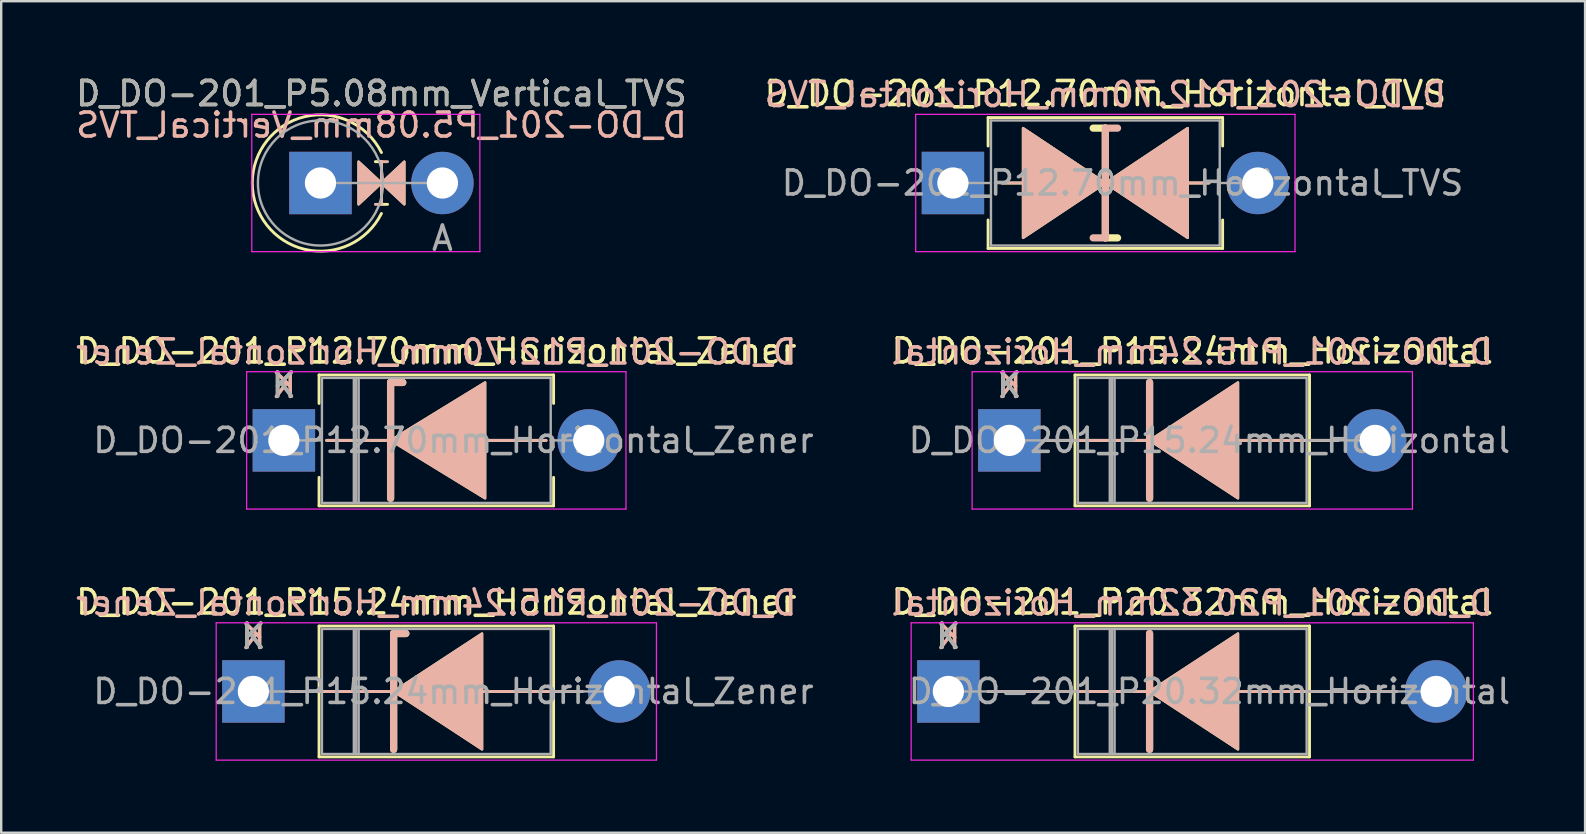
<source format=kicad_pcb>
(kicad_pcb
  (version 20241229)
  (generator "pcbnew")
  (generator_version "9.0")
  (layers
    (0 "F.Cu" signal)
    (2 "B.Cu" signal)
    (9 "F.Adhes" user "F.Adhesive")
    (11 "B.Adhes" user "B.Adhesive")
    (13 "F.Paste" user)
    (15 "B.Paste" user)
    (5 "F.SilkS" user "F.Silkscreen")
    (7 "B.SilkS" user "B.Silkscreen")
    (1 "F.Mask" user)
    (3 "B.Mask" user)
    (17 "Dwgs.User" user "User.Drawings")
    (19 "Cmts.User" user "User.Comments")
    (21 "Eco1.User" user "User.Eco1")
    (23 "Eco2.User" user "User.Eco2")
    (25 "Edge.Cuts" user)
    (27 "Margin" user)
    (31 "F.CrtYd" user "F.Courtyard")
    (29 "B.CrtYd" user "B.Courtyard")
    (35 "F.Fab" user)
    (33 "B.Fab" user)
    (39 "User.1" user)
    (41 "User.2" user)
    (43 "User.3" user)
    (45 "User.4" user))
  (footprint "D_DO-201_P12.70mm_Horizontal_TVS"
    (layer "F.Cu")
    (at 36.644 4.573)
    (property "Reference" "D_DO-201_P12.70mm_Horizontal_TVS" (at 6.35 -3.725 0) (layer "F.SilkS") (effects (font (size 1 1) (thickness 0.15))))
    (fp_line (start 1.465 -2.725) (end 11.235 -2.725) (stroke (width 0.12) (type solid)) (layer "F.SilkS"))
    (fp_line (start 1.465 -1.54) (end 1.465 -2.725) (stroke (width 0.12) (type solid)) (layer "F.SilkS"))
    (fp_line (start 1.465 1.54) (end 1.465 2.725) (stroke (width 0.12) (type solid)) (layer "F.SilkS"))
    (fp_line (start 1.465 2.725) (end 11.235 2.725) (stroke (width 0.12) (type solid)) (layer "F.SilkS"))
    (fp_line (start 2.032 0) (end 2.921 0) (stroke (width 0.12) (type solid)) (layer "F.SilkS"))
    (fp_line (start 6.35 -2.286) (end 5.842 -2.286) (stroke (width 0.3) (type solid)) (layer "F.SilkS"))
    (fp_line (start 6.35 2.286) (end 6.35 -2.286) (stroke (width 0.3) (type solid)) (layer "F.SilkS"))
    (fp_line (start 6.858 2.286) (end 6.35 2.286) (stroke (width 0.3) (type solid)) (layer "F.SilkS"))
    (fp_line (start 9.779 0) (end 10.668 0) (stroke (width 0.12) (type solid)) (layer "F.SilkS"))
    (fp_line (start 11.235 -2.725) (end 11.235 -1.54) (stroke (width 0.12) (type solid)) (layer "F.SilkS"))
    (fp_line (start 11.235 2.725) (end 11.235 1.54) (stroke (width 0.12) (type solid)) (layer "F.SilkS"))
    (fp_poly (pts (xy 6.35 0) (xy 2.921 2.286) (xy 2.921 -2.286)) (stroke (width 0.1) (type solid)) (fill yes) (layer "F.SilkS"))
    (fp_poly (pts (xy 6.35 0) (xy 9.779 -2.286) (xy 9.779 2.286)) (stroke (width 0.1) (type solid)) (fill yes) (layer "F.SilkS"))
    (fp_line (start 2.032 0) (end 2.921 0) (stroke (width 0.12) (type solid)) (layer "B.SilkS"))
    (fp_line (start 6.35 -2.286) (end 6.35 2.286) (stroke (width 0.3) (type solid)) (layer "B.SilkS"))
    (fp_line (start 6.35 2.286) (end 5.842 2.286) (stroke (width 0.3) (type solid)) (layer "B.SilkS"))
    (fp_line (start 6.858 -2.286) (end 6.35 -2.286) (stroke (width 0.3) (type solid)) (layer "B.SilkS"))
    (fp_line (start 9.779 0) (end 10.668 0) (stroke (width 0.12) (type solid)) (layer "B.SilkS"))
    (fp_poly (pts (xy 6.35 0) (xy 2.921 -2.286) (xy 2.921 2.286)) (stroke (width 0.1) (type solid)) (fill yes) (layer "B.SilkS"))
    (fp_poly (pts (xy 6.35 0) (xy 9.779 2.286) (xy 9.779 -2.286)) (stroke (width 0.1) (type solid)) (fill yes) (layer "B.SilkS"))
    (fp_line (start -1.55 -2.86) (end -1.55 2.86) (stroke (width 0.05) (type solid)) (layer "F.CrtYd"))
    (fp_line (start -1.55 2.86) (end 14.25 2.86) (stroke (width 0.05) (type solid)) (layer "F.CrtYd"))
    (fp_line (start 14.25 -2.86) (end -1.55 -2.86) (stroke (width 0.05) (type solid)) (layer "F.CrtYd"))
    (fp_line (start 14.25 2.86) (end 14.25 -2.86) (stroke (width 0.05) (type solid)) (layer "F.CrtYd"))
    (fp_line (start 0 0) (end 1.585 0) (stroke (width 0.1) (type solid)) (layer "F.Fab"))
    (fp_line (start 1.585 -2.605) (end 1.585 2.605) (stroke (width 0.1) (type solid)) (layer "F.Fab"))
    (fp_line (start 1.585 2.605) (end 11.115 2.605) (stroke (width 0.1) (type solid)) (layer "F.Fab"))
    (fp_line (start 11.115 -2.605) (end 1.585 -2.605) (stroke (width 0.1) (type solid)) (layer "F.Fab"))
    (fp_line (start 11.115 2.605) (end 11.115 -2.605) (stroke (width 0.1) (type solid)) (layer "F.Fab"))
    (fp_line (start 12.7 0) (end 11.115 0) (stroke (width 0.1) (type solid)) (layer "F.Fab"))
    (fp_text user "${REFERENCE}" (at 6.35 -3.683 0) (layer "B.SilkS") (effects (font (size 1 1) (thickness 0.15)) (justify mirror)))
    (fp_text user "${REFERENCE}" (at 7.065 0 0) (layer "F.Fab") (effects (font (size 1 1) (thickness 0.15))))
    (pad "1" thru_hole rect (at 0 0) (size 2.6 2.6) (drill 1.3) (layers "*.Cu" "*.Mask"))
    (pad "2" thru_hole oval (at 12.7 0) (size 2.6 2.6) (drill 1.3) (layers "*.Cu" "*.Mask")))
  (footprint "D_DO-201_P12.70mm_Horizontal_Zener"
    (layer "F.Cu")
    (at 8.775 15.295)
    (property "Reference" "D_DO-201_P12.70mm_Horizontal_Zener" (at 6.35 -3.725 0) (layer "F.SilkS") (effects (font (size 1 1) (thickness 0.15))))
    (fp_line (start 1.465 -2.725) (end 11.235 -2.725) (stroke (width 0.12) (type solid)) (layer "F.SilkS"))
    (fp_line (start 1.465 -1.54) (end 1.465 -2.725) (stroke (width 0.12) (type solid)) (layer "F.SilkS"))
    (fp_line (start 1.465 1.54) (end 1.465 2.725) (stroke (width 0.12) (type solid)) (layer "F.SilkS"))
    (fp_line (start 1.465 2.725) (end 11.235 2.725) (stroke (width 0.12) (type solid)) (layer "F.SilkS"))
    (fp_line (start 4.445 -2.413) (end 4.445 2.413) (stroke (width 0.3) (type solid)) (layer "F.SilkS"))
    (fp_line (start 4.445 -2.413) (end 4.953 -2.413) (stroke (width 0.3) (type solid)) (layer "F.SilkS"))
    (fp_line (start 4.572 0) (end 1.778 0) (stroke (width 0.12) (type solid)) (layer "F.SilkS"))
    (fp_line (start 8.255 0) (end 10.922 0) (stroke (width 0.12) (type solid)) (layer "F.SilkS"))
    (fp_line (start 11.235 -2.725) (end 11.235 -1.54) (stroke (width 0.12) (type solid)) (layer "F.SilkS"))
    (fp_line (start 11.235 2.725) (end 11.235 1.54) (stroke (width 0.12) (type solid)) (layer "F.SilkS"))
    (fp_poly (pts (xy 8.382 2.413) (xy 4.445 0) (xy 8.382 -2.413)) (stroke (width 0.1) (type solid)) (fill yes) (layer "F.SilkS"))
    (fp_line (start 4.445 -2.413) (end 4.953 -2.413) (stroke (width 0.3) (type solid)) (layer "B.SilkS"))
    (fp_line (start 4.445 2.413) (end 4.445 -2.413) (stroke (width 0.3) (type solid)) (layer "B.SilkS"))
    (fp_line (start 4.572 0) (end 1.778 0) (stroke (width 0.12) (type solid)) (layer "B.SilkS"))
    (fp_line (start 8.255 0) (end 10.922 0) (stroke (width 0.12) (type solid)) (layer "B.SilkS"))
    (fp_poly (pts (xy 8.382 -2.413) (xy 4.445 0) (xy 8.382 2.413)) (stroke (width 0.1) (type solid)) (fill yes) (layer "B.SilkS"))
    (fp_line (start -1.55 -2.86) (end -1.55 2.86) (stroke (width 0.05) (type solid)) (layer "F.CrtYd"))
    (fp_line (start -1.55 2.86) (end 14.25 2.86) (stroke (width 0.05) (type solid)) (layer "F.CrtYd"))
    (fp_line (start 14.25 -2.86) (end -1.55 -2.86) (stroke (width 0.05) (type solid)) (layer "F.CrtYd"))
    (fp_line (start 14.25 2.86) (end 14.25 -2.86) (stroke (width 0.05) (type solid)) (layer "F.CrtYd"))
    (fp_line (start 0 0) (end 1.585 0) (stroke (width 0.1) (type solid)) (layer "F.Fab"))
    (fp_line (start 1.585 -2.605) (end 1.585 2.605) (stroke (width 0.1) (type solid)) (layer "F.Fab"))
    (fp_line (start 1.585 2.605) (end 11.115 2.605) (stroke (width 0.1) (type solid)) (layer "F.Fab"))
    (fp_line (start 2.914 -2.605) (end 2.914 2.605) (stroke (width 0.1) (type solid)) (layer "F.Fab"))
    (fp_line (start 3.014 -2.605) (end 3.014 2.605) (stroke (width 0.1) (type solid)) (layer "F.Fab"))
    (fp_line (start 3.115 -2.605) (end 3.115 2.605) (stroke (width 0.1) (type solid)) (layer "F.Fab"))
    (fp_line (start 11.115 -2.605) (end 1.585 -2.605) (stroke (width 0.1) (type solid)) (layer "F.Fab"))
    (fp_line (start 11.115 2.605) (end 11.115 -2.605) (stroke (width 0.1) (type solid)) (layer "F.Fab"))
    (fp_line (start 12.7 0) (end 11.115 0) (stroke (width 0.1) (type solid)) (layer "F.Fab"))
    (fp_text user "K" (at 0 -2.3 0) (layer "F.SilkS") (effects (font (size 1 1) (thickness 0.15))))
    (fp_text user "${REFERENCE}" (at 6.35 -3.683 0) (layer "B.SilkS") (effects (font (size 1 1) (thickness 0.15)) (justify mirror)))
    (fp_text user "K" (at 0 -2.286 0) (layer "B.SilkS") (effects (font (size 1 1) (thickness 0.15)) (justify mirror)))
    (fp_text user "${REFERENCE}" (at 7.065 0 0) (layer "F.Fab") (effects (font (size 1 1) (thickness 0.15))))
    (fp_text user "K" (at 0 -2.3 0) (layer "F.Fab") (effects (font (size 1 1) (thickness 0.15))))
    (pad "1" thru_hole rect (at 0 0) (size 2.6 2.6) (drill 1.3) (layers "*.Cu" "*.Mask"))
    (pad "2" thru_hole oval (at 12.7 0) (size 2.6 2.6) (drill 1.3) (layers "*.Cu" "*.Mask")))
  (footprint "D_DO-201_P15.24mm_Horizontal"
    (layer "F.Cu")
    (at 38.994 15.295)
    (property "Reference" "D_DO-201_P15.24mm_Horizontal" (at 7.62 -3.725 0) (layer "F.SilkS") (effects (font (size 1 1) (thickness 0.15))))
    (fp_line (start 1.54 0) (end 2.735 0) (stroke (width 0.12) (type solid)) (layer "F.SilkS"))
    (fp_line (start 2.735 -2.725) (end 2.735 2.725) (stroke (width 0.12) (type solid)) (layer "F.SilkS"))
    (fp_line (start 2.735 2.725) (end 12.505 2.725) (stroke (width 0.12) (type solid)) (layer "F.SilkS"))
    (fp_line (start 5.842 -2.413) (end 5.842 2.413) (stroke (width 0.3) (type solid)) (layer "F.SilkS"))
    (fp_line (start 5.842 0) (end 2.735 0) (stroke (width 0.12) (type solid)) (layer "F.SilkS"))
    (fp_line (start 9.525 0) (end 12.505 0) (stroke (width 0.12) (type solid)) (layer "F.SilkS"))
    (fp_line (start 12.505 -2.725) (end 2.735 -2.725) (stroke (width 0.12) (type solid)) (layer "F.SilkS"))
    (fp_line (start 12.505 2.725) (end 12.505 -2.725) (stroke (width 0.12) (type solid)) (layer "F.SilkS"))
    (fp_line (start 13.7 0) (end 12.505 0) (stroke (width 0.12) (type solid)) (layer "F.SilkS"))
    (fp_poly (pts (xy 9.525 2.413) (xy 5.842 0) (xy 9.525 -2.413)) (stroke (width 0.1) (type solid)) (fill yes) (layer "F.SilkS"))
    (fp_line (start 1.54 0) (end 2.735 0) (stroke (width 0.12) (type solid)) (layer "B.SilkS"))
    (fp_line (start 5.842 0) (end 2.735 0) (stroke (width 0.12) (type solid)) (layer "B.SilkS"))
    (fp_line (start 5.842 2.413) (end 5.842 -2.413) (stroke (width 0.3) (type solid)) (layer "B.SilkS"))
    (fp_line (start 9.525 0) (end 12.505 0) (stroke (width 0.12) (type solid)) (layer "B.SilkS"))
    (fp_line (start 13.7 0) (end 12.505 0) (stroke (width 0.12) (type solid)) (layer "B.SilkS"))
    (fp_poly (pts (xy 9.525 -2.413) (xy 5.842 0) (xy 9.525 2.413)) (stroke (width 0.1) (type solid)) (fill yes) (layer "B.SilkS"))
    (fp_line (start -1.55 -2.86) (end -1.55 2.86) (stroke (width 0.05) (type solid)) (layer "F.CrtYd"))
    (fp_line (start -1.55 2.86) (end 16.79 2.86) (stroke (width 0.05) (type solid)) (layer "F.CrtYd"))
    (fp_line (start 16.79 -2.86) (end -1.55 -2.86) (stroke (width 0.05) (type solid)) (layer "F.CrtYd"))
    (fp_line (start 16.79 2.86) (end 16.79 -2.86) (stroke (width 0.05) (type solid)) (layer "F.CrtYd"))
    (fp_line (start 0 0) (end 2.855 0) (stroke (width 0.1) (type solid)) (layer "F.Fab"))
    (fp_line (start 2.855 -2.605) (end 2.855 2.605) (stroke (width 0.1) (type solid)) (layer "F.Fab"))
    (fp_line (start 2.855 2.605) (end 12.385 2.605) (stroke (width 0.1) (type solid)) (layer "F.Fab"))
    (fp_line (start 4.184 -2.605) (end 4.184 2.605) (stroke (width 0.1) (type solid)) (layer "F.Fab"))
    (fp_line (start 4.285 -2.605) (end 4.285 2.605) (stroke (width 0.1) (type solid)) (layer "F.Fab"))
    (fp_line (start 4.385 -2.605) (end 4.385 2.605) (stroke (width 0.1) (type solid)) (layer "F.Fab"))
    (fp_line (start 12.385 -2.605) (end 2.855 -2.605) (stroke (width 0.1) (type solid)) (layer "F.Fab"))
    (fp_line (start 12.385 2.605) (end 12.385 -2.605) (stroke (width 0.1) (type solid)) (layer "F.Fab"))
    (fp_line (start 15.24 0) (end 12.385 0) (stroke (width 0.1) (type solid)) (layer "F.Fab"))
    (fp_text user "K" (at 0 -2.3 0) (layer "F.SilkS") (effects (font (size 1 1) (thickness 0.15))))
    (fp_text user "K" (at 0 -2.286 0) (layer "B.SilkS") (effects (font (size 1 1) (thickness 0.15)) (justify mirror)))
    (fp_text user "${REFERENCE}" (at 7.62 -3.683 0) (layer "B.SilkS") (effects (font (size 1 1) (thickness 0.15)) (justify mirror)))
    (fp_text user "${REFERENCE}" (at 8.335 0 0) (layer "F.Fab") (effects (font (size 1 1) (thickness 0.15))))
    (fp_text user "K" (at 0 -2.3 0) (layer "F.Fab") (effects (font (size 1 1) (thickness 0.15))))
    (pad "1" thru_hole rect (at 0 0) (size 2.6 2.6) (drill 1.3) (layers "*.Cu" "*.Mask"))
    (pad "2" thru_hole oval (at 15.24 0) (size 2.6 2.6) (drill 1.3) (layers "*.Cu" "*.Mask")))
  (footprint "D_DO-201_P20.32mm_Horizontal"
    (layer "F.Cu")
    (at 36.454 25.753)
    (property "Reference" "D_DO-201_P20.32mm_Horizontal" (at 10.16 -3.725 0) (layer "F.SilkS") (effects (font (size 1 1) (thickness 0.15))))
    (fp_line (start 1.651 0) (end 5.275 0) (stroke (width 0.12) (type solid)) (layer "F.SilkS"))
    (fp_line (start 5.275 -2.725) (end 5.275 2.725) (stroke (width 0.12) (type solid)) (layer "F.SilkS"))
    (fp_line (start 5.275 2.725) (end 15.045 2.725) (stroke (width 0.12) (type solid)) (layer "F.SilkS"))
    (fp_line (start 8.382 -2.413) (end 8.382 2.413) (stroke (width 0.3) (type solid)) (layer "F.SilkS"))
    (fp_line (start 8.382 0) (end 5.275 0) (stroke (width 0.12) (type solid)) (layer "F.SilkS"))
    (fp_line (start 12.065 0) (end 15.045 0) (stroke (width 0.12) (type solid)) (layer "F.SilkS"))
    (fp_line (start 15.045 -2.725) (end 5.275 -2.725) (stroke (width 0.12) (type solid)) (layer "F.SilkS"))
    (fp_line (start 15.045 2.725) (end 15.045 -2.725) (stroke (width 0.12) (type solid)) (layer "F.SilkS"))
    (fp_line (start 18.669 0) (end 15.045 0) (stroke (width 0.12) (type solid)) (layer "F.SilkS"))
    (fp_poly (pts (xy 12.065 2.413) (xy 8.382 0) (xy 12.065 -2.413)) (stroke (width 0.1) (type solid)) (fill yes) (layer "F.SilkS"))
    (fp_line (start 1.651 0) (end 5.275 0) (stroke (width 0.12) (type solid)) (layer "B.SilkS"))
    (fp_line (start 8.382 0) (end 5.275 0) (stroke (width 0.12) (type solid)) (layer "B.SilkS"))
    (fp_line (start 8.382 2.413) (end 8.382 -2.413) (stroke (width 0.3) (type solid)) (layer "B.SilkS"))
    (fp_line (start 12.065 0) (end 15.045 0) (stroke (width 0.12) (type solid)) (layer "B.SilkS"))
    (fp_line (start 18.669 0) (end 15.045 0) (stroke (width 0.12) (type solid)) (layer "B.SilkS"))
    (fp_poly (pts (xy 12.065 -2.413) (xy 8.382 0) (xy 12.065 2.413)) (stroke (width 0.1) (type solid)) (fill yes) (layer "B.SilkS"))
    (fp_line (start -1.55 -2.86) (end -1.55 2.86) (stroke (width 0.05) (type solid)) (layer "F.CrtYd"))
    (fp_line (start -1.55 2.86) (end 21.87 2.86) (stroke (width 0.05) (type solid)) (layer "F.CrtYd"))
    (fp_line (start 21.87 -2.86) (end -1.55 -2.86) (stroke (width 0.05) (type solid)) (layer "F.CrtYd"))
    (fp_line (start 21.87 2.86) (end 21.87 -2.86) (stroke (width 0.05) (type solid)) (layer "F.CrtYd"))
    (fp_line (start 0 0) (end 5.395 0) (stroke (width 0.1) (type solid)) (layer "F.Fab"))
    (fp_line (start 5.395 -2.605) (end 5.395 2.605) (stroke (width 0.1) (type solid)) (layer "F.Fab"))
    (fp_line (start 5.395 2.605) (end 14.925 2.605) (stroke (width 0.1) (type solid)) (layer "F.Fab"))
    (fp_line (start 6.724 -2.605) (end 6.724 2.605) (stroke (width 0.1) (type solid)) (layer "F.Fab"))
    (fp_line (start 6.824 -2.605) (end 6.824 2.605) (stroke (width 0.1) (type solid)) (layer "F.Fab"))
    (fp_line (start 6.925 -2.605) (end 6.925 2.605) (stroke (width 0.1) (type solid)) (layer "F.Fab"))
    (fp_line (start 14.925 -2.605) (end 5.395 -2.605) (stroke (width 0.1) (type solid)) (layer "F.Fab"))
    (fp_line (start 14.925 2.605) (end 14.925 -2.605) (stroke (width 0.1) (type solid)) (layer "F.Fab"))
    (fp_line (start 20.32 0) (end 14.925 0) (stroke (width 0.1) (type solid)) (layer "F.Fab"))
    (fp_text user "K" (at 0 -2.3 0) (layer "F.SilkS") (effects (font (size 1 1) (thickness 0.15))))
    (fp_text user "K" (at 0 -2.286 0) (layer "B.SilkS") (effects (font (size 1 1) (thickness 0.15)) (justify mirror)))
    (fp_text user "${REFERENCE}" (at 10.16 -3.683 0) (layer "B.SilkS") (effects (font (size 1 1) (thickness 0.15)) (justify mirror)))
    (fp_text user "${REFERENCE}" (at 10.875 0 0) (layer "F.Fab") (effects (font (size 1 1) (thickness 0.15))))
    (fp_text user "K" (at 0 -2.3 0) (layer "F.Fab") (effects (font (size 1 1) (thickness 0.15))))
    (pad "1" thru_hole rect (at 0 0) (size 2.6 2.6) (drill 1.3) (layers "*.Cu" "*.Mask"))
    (pad "2" thru_hole oval (at 20.32 0) (size 2.6 2.6) (drill 1.3) (layers "*.Cu" "*.Mask")))
  (footprint "D_DO-201_P15.24mm_Horizontal_Zener"
    (layer "F.Cu")
    (at 7.505 25.753)
    (property "Reference" "D_DO-201_P15.24mm_Horizontal_Zener" (at 7.62 -3.725 0) (layer "F.SilkS") (effects (font (size 1 1) (thickness 0.15))))
    (fp_line (start 1.54 0) (end 2.735 0) (stroke (width 0.12) (type solid)) (layer "F.SilkS"))
    (fp_line (start 2.735 -2.725) (end 2.735 2.725) (stroke (width 0.12) (type solid)) (layer "F.SilkS"))
    (fp_line (start 2.735 2.725) (end 12.505 2.725) (stroke (width 0.12) (type solid)) (layer "F.SilkS"))
    (fp_line (start 5.842 -2.413) (end 5.842 2.413) (stroke (width 0.3) (type solid)) (layer "F.SilkS"))
    (fp_line (start 5.842 -2.413) (end 6.35 -2.413) (stroke (width 0.3) (type solid)) (layer "F.SilkS"))
    (fp_line (start 5.842 0) (end 2.735 0) (stroke (width 0.12) (type solid)) (layer "F.SilkS"))
    (fp_line (start 9.525 0) (end 12.505 0) (stroke (width 0.12) (type solid)) (layer "F.SilkS"))
    (fp_line (start 12.505 -2.725) (end 2.735 -2.725) (stroke (width 0.12) (type solid)) (layer "F.SilkS"))
    (fp_line (start 12.505 2.725) (end 12.505 -2.725) (stroke (width 0.12) (type solid)) (layer "F.SilkS"))
    (fp_line (start 13.7 0) (end 12.505 0) (stroke (width 0.12) (type solid)) (layer "F.SilkS"))
    (fp_poly (pts (xy 9.525 2.413) (xy 5.842 0) (xy 9.525 -2.413)) (stroke (width 0.1) (type solid)) (fill yes) (layer "F.SilkS"))
    (fp_line (start 1.54 0) (end 2.735 0) (stroke (width 0.12) (type solid)) (layer "B.SilkS"))
    (fp_line (start 5.842 -2.413) (end 6.35 -2.413) (stroke (width 0.3) (type solid)) (layer "B.SilkS"))
    (fp_line (start 5.842 0) (end 2.735 0) (stroke (width 0.12) (type solid)) (layer "B.SilkS"))
    (fp_line (start 5.842 2.413) (end 5.842 -2.413) (stroke (width 0.3) (type solid)) (layer "B.SilkS"))
    (fp_line (start 9.525 0) (end 12.505 0) (stroke (width 0.12) (type solid)) (layer "B.SilkS"))
    (fp_line (start 13.7 0) (end 12.505 0) (stroke (width 0.12) (type solid)) (layer "B.SilkS"))
    (fp_poly (pts (xy 9.525 -2.413) (xy 5.842 0) (xy 9.525 2.413)) (stroke (width 0.1) (type solid)) (fill yes) (layer "B.SilkS"))
    (fp_line (start -1.55 -2.86) (end -1.55 2.86) (stroke (width 0.05) (type solid)) (layer "F.CrtYd"))
    (fp_line (start -1.55 2.86) (end 16.79 2.86) (stroke (width 0.05) (type solid)) (layer "F.CrtYd"))
    (fp_line (start 16.79 -2.86) (end -1.55 -2.86) (stroke (width 0.05) (type solid)) (layer "F.CrtYd"))
    (fp_line (start 16.79 2.86) (end 16.79 -2.86) (stroke (width 0.05) (type solid)) (layer "F.CrtYd"))
    (fp_line (start 0 0) (end 2.855 0) (stroke (width 0.1) (type solid)) (layer "F.Fab"))
    (fp_line (start 2.855 -2.605) (end 2.855 2.605) (stroke (width 0.1) (type solid)) (layer "F.Fab"))
    (fp_line (start 2.855 2.605) (end 12.385 2.605) (stroke (width 0.1) (type solid)) (layer "F.Fab"))
    (fp_line (start 4.184 -2.605) (end 4.184 2.605) (stroke (width 0.1) (type solid)) (layer "F.Fab"))
    (fp_line (start 4.285 -2.605) (end 4.285 2.605) (stroke (width 0.1) (type solid)) (layer "F.Fab"))
    (fp_line (start 4.385 -2.605) (end 4.385 2.605) (stroke (width 0.1) (type solid)) (layer "F.Fab"))
    (fp_line (start 12.385 -2.605) (end 2.855 -2.605) (stroke (width 0.1) (type solid)) (layer "F.Fab"))
    (fp_line (start 12.385 2.605) (end 12.385 -2.605) (stroke (width 0.1) (type solid)) (layer "F.Fab"))
    (fp_line (start 15.24 0) (end 12.385 0) (stroke (width 0.1) (type solid)) (layer "F.Fab"))
    (fp_text user "K" (at 0 -2.3 0) (layer "F.SilkS") (effects (font (size 1 1) (thickness 0.15))))
    (fp_text user "${REFERENCE}" (at 7.62 -3.683 0) (layer "B.SilkS") (effects (font (size 1 1) (thickness 0.15)) (justify mirror)))
    (fp_text user "K" (at 0 -2.286 0) (layer "B.SilkS") (effects (font (size 1 1) (thickness 0.15)) (justify mirror)))
    (fp_text user "K" (at 0 -2.3 0) (layer "F.Fab") (effects (font (size 1 1) (thickness 0.15))))
    (fp_text user "${REFERENCE}" (at 8.335 0 0) (layer "F.Fab") (effects (font (size 1 1) (thickness 0.15))))
    (pad "1" thru_hole rect (at 0 0) (size 2.6 2.6) (drill 1.3) (layers "*.Cu" "*.Mask"))
    (pad "2" thru_hole oval (at 15.24 0) (size 2.6 2.6) (drill 1.3) (layers "*.Cu" "*.Mask")))
  (footprint "D_DO-201_P5.08mm_Vertical_TVS"
    (layer "F.Cu")
    (at 10.299 4.573)
    (property "Reference" "D_DO-201_P5.08mm_Vertical_TVS" (at 2.54 -3.725 0) (layer "F.SilkS") (effects (font (size 1 1) (thickness 0.15))))
    (fp_line (start 2.54 -0.889) (end 2.286 -0.889) (stroke (width 0.12) (type solid)) (layer "F.SilkS"))
    (fp_line (start 2.54 -0.889) (end 2.54 0.889) (stroke (width 0.12) (type solid)) (layer "F.SilkS"))
    (fp_line (start 2.54 0.889) (end 2.794 0.889) (stroke (width 0.12) (type solid)) (layer "F.SilkS"))
    (fp_arc (start 2.539999 1.27) (mid -2.839805 0) (end 2.539999 -1.269999) (stroke (width 0.12) (type solid)) (layer "F.SilkS"))
    (fp_poly (pts (xy 1.587 -0.889) (xy 2.54 0) (xy 1.587 0.889)) (stroke (width 0.1) (type solid)) (fill yes) (layer "F.SilkS"))
    (fp_poly (pts (xy 3.493 0.889) (xy 2.54 0) (xy 3.493 -0.889)) (stroke (width 0.1) (type solid)) (fill yes) (layer "F.SilkS"))
    (fp_line (start 2.54 -0.889) (end 2.794 -0.889) (stroke (width 0.12) (type solid)) (layer "B.SilkS"))
    (fp_line (start 2.54 0.889) (end 2.286 0.889) (stroke (width 0.12) (type solid)) (layer "B.SilkS"))
    (fp_line (start 2.54 0.889) (end 2.54 -0.889) (stroke (width 0.12) (type solid)) (layer "B.SilkS"))
    (fp_poly (pts (xy 1.587 0.889) (xy 2.54 0) (xy 1.587 -0.889)) (stroke (width 0.1) (type solid)) (fill yes) (layer "B.SilkS"))
    (fp_poly (pts (xy 3.493 -0.889) (xy 2.54 0) (xy 3.493 0.889)) (stroke (width 0.1) (type solid)) (fill yes) (layer "B.SilkS"))
    (fp_line (start -2.86 -2.86) (end -2.86 2.86) (stroke (width 0.05) (type solid)) (layer "F.CrtYd"))
    (fp_line (start -2.86 2.86) (end 6.64 2.86) (stroke (width 0.05) (type solid)) (layer "F.CrtYd"))
    (fp_line (start 6.64 -2.86) (end -2.86 -2.86) (stroke (width 0.05) (type solid)) (layer "F.CrtYd"))
    (fp_line (start 6.64 2.86) (end 6.64 -2.86) (stroke (width 0.05) (type solid)) (layer "F.CrtYd"))
    (fp_line (start 0 0) (end 5.08 0) (stroke (width 0.1) (type solid)) (layer "F.Fab"))
    (fp_circle (center 0 0) (end 2.605 0) (stroke (width 0.1) (type solid)) (fill no) (layer "F.Fab"))
    (fp_text user "${REFERENCE}" (at 2.54 -2.413 0) (layer "B.SilkS") (effects (font (size 1 1) (thickness 0.15)) (justify mirror)))
    (fp_text user "${REFERENCE}" (at 2.54 -3.725 0) (layer "F.Fab") (effects (font (size 1 1) (thickness 0.15))))
    (fp_text user "A" (at 5.08 2.3 0) (layer "F.Fab") (effects (font (size 1 1) (thickness 0.15))))
    (pad "1" thru_hole rect (at 0 0) (size 2.6 2.6) (drill 1.3) (layers "*.Cu" "*.Mask"))
    (pad "2" thru_hole oval (at 5.08 0) (size 2.6 2.6) (drill 1.3) (layers "*.Cu" "*.Mask")))
  (gr_rect
    (start -3 -3)
    (end 62.977 31.638)
    (stroke (width 0.1) (type default))
    (fill no)
    (layer "Edge.Cuts")))
</source>
